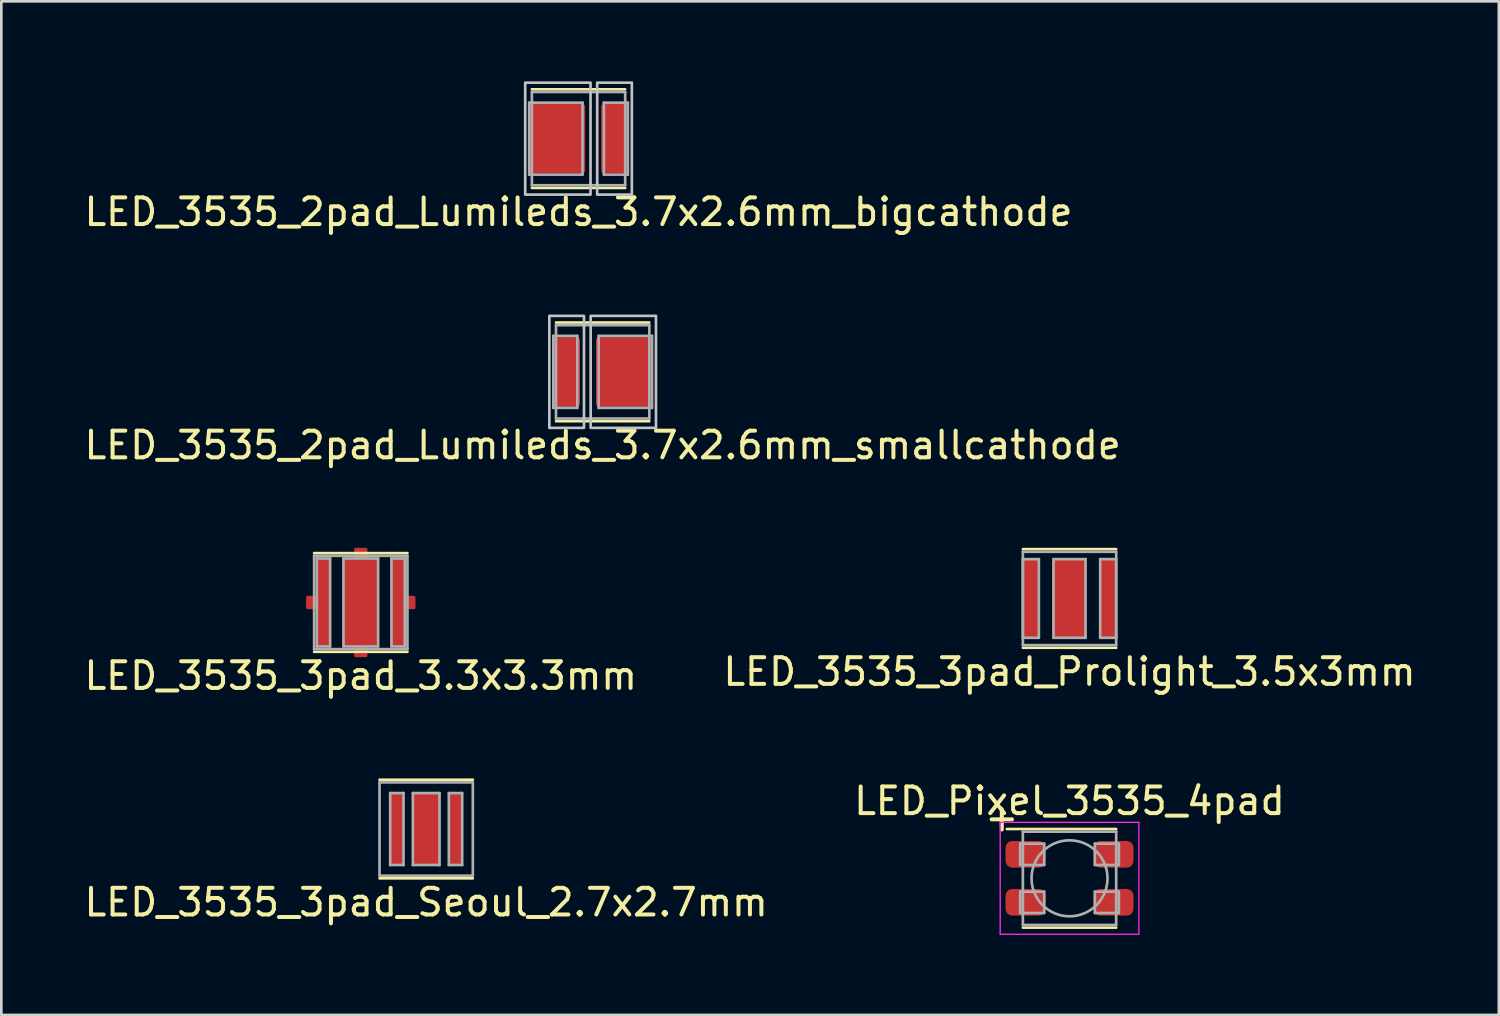
<source format=kicad_pcb>
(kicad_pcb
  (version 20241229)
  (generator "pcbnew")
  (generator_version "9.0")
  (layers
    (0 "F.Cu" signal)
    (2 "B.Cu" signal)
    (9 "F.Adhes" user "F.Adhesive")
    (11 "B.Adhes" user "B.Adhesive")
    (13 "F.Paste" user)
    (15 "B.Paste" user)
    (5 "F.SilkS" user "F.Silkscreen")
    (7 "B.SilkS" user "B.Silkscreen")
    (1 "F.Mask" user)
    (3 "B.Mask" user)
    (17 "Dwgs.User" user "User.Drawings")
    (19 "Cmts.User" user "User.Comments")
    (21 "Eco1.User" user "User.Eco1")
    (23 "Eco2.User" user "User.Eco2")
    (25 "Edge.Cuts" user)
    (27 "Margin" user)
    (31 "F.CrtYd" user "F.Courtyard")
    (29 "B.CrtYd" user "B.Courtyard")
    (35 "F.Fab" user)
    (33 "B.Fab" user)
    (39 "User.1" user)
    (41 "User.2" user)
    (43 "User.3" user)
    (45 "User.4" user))
  (footprint "LED_3535_3pad_Prolight_3.5x3mm"
    (layer "F.Cu")
    (at 37.065 19.396)
    (property "Reference" "LED_3535_3pad_Prolight_3.5x3mm" (at 0 2.75 0) (layer "F.SilkS") (effects (font (size 1 1) (thickness 0.15))))
    (attr smd)
    (fp_line (start -1.75 -1.85) (end 1.75 -1.85) (stroke (width 0.1) (type solid)) (layer "F.SilkS"))
    (fp_line (start -1.75 1.85) (end 1.75 1.85) (stroke (width 0.1) (type solid)) (layer "F.SilkS"))
    (fp_line (start -1.75 -1.75) (end 1.75 -1.75) (stroke (width 0.1) (type solid)) (layer "F.Fab"))
    (fp_line (start -1.75 -1.475) (end -1.75 1.475) (stroke (width 0.1) (type solid)) (layer "F.Fab"))
    (fp_line (start -1.75 -1.475) (end -1.15 -1.475) (stroke (width 0.1) (type solid)) (layer "F.Fab"))
    (fp_line (start -1.75 1.475) (end -1.15 1.475) (stroke (width 0.1) (type solid)) (layer "F.Fab"))
    (fp_line (start -1.75 1.75) (end -1.75 -1.75) (stroke (width 0.1) (type solid)) (layer "F.Fab"))
    (fp_line (start -1.15 -1.475) (end -1.15 1.475) (stroke (width 0.1) (type solid)) (layer "F.Fab"))
    (fp_line (start -0.6 -1.475) (end -0.6 1.475) (stroke (width 0.1) (type solid)) (layer "F.Fab"))
    (fp_line (start -0.6 -1.475) (end 0.6 -1.475) (stroke (width 0.1) (type solid)) (layer "F.Fab"))
    (fp_line (start -0.6 1.475) (end 0.6 1.475) (stroke (width 0.1) (type solid)) (layer "F.Fab"))
    (fp_line (start 0.6 -1.475) (end 0.6 1.475) (stroke (width 0.1) (type solid)) (layer "F.Fab"))
    (fp_line (start 1.15 -1.475) (end 1.15 1.475) (stroke (width 0.1) (type solid)) (layer "F.Fab"))
    (fp_line (start 1.15 -1.475) (end 1.75 -1.475) (stroke (width 0.1) (type solid)) (layer "F.Fab"))
    (fp_line (start 1.15 1.475) (end 1.75 1.475) (stroke (width 0.1) (type solid)) (layer "F.Fab"))
    (fp_line (start 1.75 -1.75) (end 1.75 1.75) (stroke (width 0.1) (type solid)) (layer "F.Fab"))
    (fp_line (start 1.75 -1.475) (end 1.75 1.475) (stroke (width 0.1) (type solid)) (layer "F.Fab"))
    (fp_line (start 1.75 1.75) (end -1.75 1.75) (stroke (width 0.1) (type solid)) (layer "F.Fab"))
    (pad "" smd roundrect (at -1.45 -0.75) (size 0.49 1.39) (layers "F.Paste") (roundrect_rratio 0.204))
    (pad "" smd roundrect (at -1.45 0.75) (size 0.49 1.39) (layers "F.Paste") (roundrect_rratio 0.204))
    (pad "" smd roundrect (at 0 -0.75) (size 1.12 1.32) (layers "F.Paste") (roundrect_rratio 0.089))
    (pad "" smd roundrect (at 0 0.75) (size 1.12 1.32) (layers "F.Paste") (roundrect_rratio 0.089))
    (pad "" smd roundrect (at 1.45 -0.75) (size 0.49 1.39) (layers "F.Paste") (roundrect_rratio 0.204))
    (pad "" smd roundrect (at 1.45 0.75) (size 0.49 1.39) (layers "F.Paste") (roundrect_rratio 0.204))
    (pad "1" smd roundrect (at -1.45 0) (size 0.6 3) (layers "F.Cu" "F.Mask") (roundrect_rratio 0.167))
    (pad "2" smd roundrect (at 1.45 0) (size 0.6 3) (layers "F.Cu" "F.Mask") (roundrect_rratio 0.167))
    (pad "TP" smd roundrect (at 0 0) (size 1.3 3) (layers "F.Cu" "F.Mask") (roundrect_rratio 0.077)))
  (footprint "LED_3535_3pad_3.3x3.3mm"
    (layer "F.Cu")
    (at 10.482 19.547)
    (property "Reference" "LED_3535_3pad_3.3x3.3mm" (at 0 2.75 0) (layer "F.SilkS") (effects (font (size 1 1) (thickness 0.15))))
    (attr smd)
    (fp_line (start -1.75 -1.85) (end 1.75 -1.85) (stroke (width 0.1) (type solid)) (layer "F.SilkS"))
    (fp_line (start -1.75 1.85) (end 1.75 1.85) (stroke (width 0.1) (type solid)) (layer "F.SilkS"))
    (fp_line (start -1.75 -1.75) (end 1.75 -1.75) (stroke (width 0.1) (type solid)) (layer "F.Fab"))
    (fp_line (start -1.75 1.75) (end -1.75 -1.75) (stroke (width 0.1) (type solid)) (layer "F.Fab"))
    (fp_line (start -1.65 -1.65) (end -1.65 1.65) (stroke (width 0.1) (type solid)) (layer "F.Fab"))
    (fp_line (start -1.65 -1.65) (end -1.15 -1.65) (stroke (width 0.1) (type solid)) (layer "F.Fab"))
    (fp_line (start -1.65 1.65) (end -1.15 1.65) (stroke (width 0.1) (type solid)) (layer "F.Fab"))
    (fp_line (start -1.15 -1.65) (end -1.15 1.65) (stroke (width 0.1) (type solid)) (layer "F.Fab"))
    (fp_line (start -0.65 -1.65) (end -0.65 1.65) (stroke (width 0.1) (type solid)) (layer "F.Fab"))
    (fp_line (start -0.65 -1.65) (end 0.65 -1.65) (stroke (width 0.1) (type solid)) (layer "F.Fab"))
    (fp_line (start -0.65 1.65) (end 0.65 1.65) (stroke (width 0.1) (type solid)) (layer "F.Fab"))
    (fp_line (start 0.65 -1.65) (end 0.65 1.65) (stroke (width 0.1) (type solid)) (layer "F.Fab"))
    (fp_line (start 1.15 -1.65) (end 1.15 1.65) (stroke (width 0.1) (type solid)) (layer "F.Fab"))
    (fp_line (start 1.15 -1.65) (end 1.65 -1.65) (stroke (width 0.1) (type solid)) (layer "F.Fab"))
    (fp_line (start 1.15 1.65) (end 1.65 1.65) (stroke (width 0.1) (type solid)) (layer "F.Fab"))
    (fp_line (start 1.65 -1.65) (end 1.65 1.65) (stroke (width 0.1) (type solid)) (layer "F.Fab"))
    (fp_line (start 1.75 -1.75) (end 1.75 1.75) (stroke (width 0.1) (type solid)) (layer "F.Fab"))
    (fp_line (start 1.75 1.75) (end -1.75 1.75) (stroke (width 0.1) (type solid)) (layer "F.Fab"))
    (pad "" smd roundrect (at -1.4 -0.825) (size 0.43 1.525) (layers "F.Paste") (roundrect_rratio 0.233))
    (pad "" smd roundrect (at -1.4 0.825) (size 0.43 1.525) (layers "F.Paste") (roundrect_rratio 0.233))
    (pad "" smd roundrect (at 0 -0.825) (size 1.055 1.405) (layers "F.Paste") (roundrect_rratio 0.095))
    (pad "" smd roundrect (at 0 0.825) (size 1.055 1.405) (layers "F.Paste") (roundrect_rratio 0.095))
    (pad "" smd roundrect (at 1.4 -0.825) (size 0.43 1.525) (layers "F.Paste") (roundrect_rratio 0.233))
    (pad "" smd roundrect (at 1.4 0.825) (size 0.43 1.525) (layers "F.Paste") (roundrect_rratio 0.233))
    (pad "1" smd custom (at -1.4 0) (size 0.5 3.3) (layers "F.Cu" "F.Mask") (options (anchor circle)) (primitives (gr_poly (pts (xy -0.25 -1.55) (xy -0.242 -1.588) (xy -0.221 -1.621) (xy -0.188 -1.642) (xy -0.15 -1.65) (xy 0.15 -1.65) (xy 0.188 -1.642) (xy 0.221 -1.621) (xy 0.242 -1.588) (xy 0.25 -1.55) (xy 0.25 1.55) (xy 0.242 1.588) (xy 0.221 1.621) (xy 0.188 1.642) (xy 0.15 1.65) (xy -0.15 1.65) (xy -0.188 1.642) (xy -0.221 1.621) (xy -0.242 1.588) (xy -0.25 1.55)) (width 0) (fill yes)) (gr_rect (start -0.6 -0.2) (end 0 0.2) (width 0.1) (fill yes))))
    (pad "2" smd custom (at 1.4 0) (size 0.5 3.3) (layers "F.Cu" "F.Mask") (options (anchor circle)) (primitives (gr_poly (pts (xy -0.25 -1.567) (xy -0.244 -1.598) (xy -0.226 -1.626) (xy -0.198 -1.644) (xy -0.167 -1.65) (xy 0.167 -1.65) (xy 0.198 -1.644) (xy 0.226 -1.626) (xy 0.244 -1.598) (xy 0.25 -1.567) (xy 0.25 1.567) (xy 0.244 1.598) (xy 0.226 1.626) (xy 0.198 1.644) (xy 0.167 1.65) (xy -0.167 1.65) (xy -0.198 1.644) (xy -0.226 1.626) (xy -0.244 1.598) (xy -0.25 1.567)) (width 0) (fill yes)) (gr_rect (start 0.05 -0.2) (end 0.6 0.2) (width 0.1) (fill yes))))
    (pad "TP" smd custom (at 0 0) (size 1.3 3.3) (layers "F.Cu" "F.Mask") (options (anchor circle)) (primitives (gr_poly (pts (xy -0.65 -1.55) (xy -0.642 -1.588) (xy -0.621 -1.621) (xy -0.588 -1.642) (xy -0.55 -1.65) (xy 0.55 -1.65) (xy 0.588 -1.642) (xy 0.621 -1.621) (xy 0.642 -1.588) (xy 0.65 -1.55) (xy 0.65 1.55) (xy 0.642 1.588) (xy 0.621 1.621) (xy 0.588 1.642) (xy 0.55 1.65) (xy -0.55 1.65) (xy -0.588 1.642) (xy -0.621 1.621) (xy -0.642 1.588) (xy -0.65 1.55)) (width 0) (fill yes)) (gr_rect (start -0.2 -2) (end 0.2 2) (width 0.1) (fill yes)))))
  (footprint "LED_3535_2pad_Lumileds_3.7x2.6mm_smallcathode"
    (layer "F.Cu")
    (at 19.554 10.898)
    (property "Reference" "LED_3535_2pad_Lumileds_3.7x2.6mm_smallcathode" (at 0 2.75 0) (layer "F.SilkS") (effects (font (size 1 1) (thickness 0.15))))
    (attr smd)
    (fp_line (start -1.75 -1.85) (end 1.75 -1.85) (stroke (width 0.1) (type solid)) (layer "F.SilkS"))
    (fp_line (start -1.75 1.85) (end 1.75 1.85) (stroke (width 0.1) (type solid)) (layer "F.SilkS"))
    (fp_poly (pts (xy -2 -2.1) (xy -0.7 -2.1) (xy -0.7 2.1) (xy -2 2.1)) (stroke (width 0.1) (type solid)) (fill no) (layer "Dwgs.User"))
    (fp_poly (pts (xy 2 2.1) (xy -0.45 2.1) (xy -0.45 -2.1) (xy 2 -2.1)) (stroke (width 0.1) (type solid)) (fill no) (layer "Dwgs.User"))
    (fp_line (start -1.85 -1.35) (end -1.85 1.35) (stroke (width 0.1) (type solid)) (layer "F.Fab"))
    (fp_line (start -1.85 1.35) (end -0.95 1.35) (stroke (width 0.1) (type solid)) (layer "F.Fab"))
    (fp_line (start -1.75 -1.75) (end 1.75 -1.75) (stroke (width 0.1) (type solid)) (layer "F.Fab"))
    (fp_line (start -1.75 1.75) (end -1.75 -1.75) (stroke (width 0.1) (type solid)) (layer "F.Fab"))
    (fp_line (start -0.95 -1.35) (end -1.85 -1.35) (stroke (width 0.1) (type solid)) (layer "F.Fab"))
    (fp_line (start -0.95 1.35) (end -0.95 -1.35) (stroke (width 0.1) (type solid)) (layer "F.Fab"))
    (fp_line (start -0.15 -1.35) (end 1.85 -1.35) (stroke (width 0.1) (type solid)) (layer "F.Fab"))
    (fp_line (start -0.15 1.35) (end -0.15 -1.35) (stroke (width 0.1) (type solid)) (layer "F.Fab"))
    (fp_line (start 1.75 -1.75) (end 1.75 1.75) (stroke (width 0.1) (type solid)) (layer "F.Fab"))
    (fp_line (start 1.75 1.75) (end -1.75 1.75) (stroke (width 0.1) (type solid)) (layer "F.Fab"))
    (fp_line (start 1.85 -1.35) (end 1.85 1.35) (stroke (width 0.1) (type solid)) (layer "F.Fab"))
    (fp_line (start 1.85 1.35) (end -0.15 1.35) (stroke (width 0.1) (type solid)) (layer "F.Fab"))
    (pad "" smd roundrect (at -1.35 0) (size 0.81 2.41) (layers "F.Paste") (roundrect_rratio 0.123))
    (pad "" smd roundrect (at 0.8 -0.65) (size 1.89 1.09) (layers "F.Paste") (roundrect_rratio 0.092))
    (pad "" smd roundrect (at 0.8 0.65) (size 1.89 1.09) (layers "F.Paste") (roundrect_rratio 0.092))
    (pad "1" smd roundrect (at -1.35 0) (size 1 2.6) (layers "F.Cu" "F.Mask") (roundrect_rratio 0.1))
    (pad "2" smd roundrect (at 0.8 0) (size 2.1 2.6) (layers "F.Cu" "F.Mask") (roundrect_rratio 0.048)))
  (footprint "LED_3535_2pad_Lumileds_3.7x2.6mm_bigcathode"
    (layer "F.Cu")
    (at 18.649 2.15)
    (property "Reference" "LED_3535_2pad_Lumileds_3.7x2.6mm_bigcathode" (at 0 2.75 0) (layer "F.SilkS") (effects (font (size 1 1) (thickness 0.15))))
    (attr smd)
    (fp_line (start -1.75 -1.85) (end 1.75 -1.85) (stroke (width 0.1) (type solid)) (layer "F.SilkS"))
    (fp_line (start -1.75 1.85) (end 1.75 1.85) (stroke (width 0.1) (type solid)) (layer "F.SilkS"))
    (fp_poly (pts (xy -2 -2.1) (xy 0.45 -2.1) (xy 0.45 2.1) (xy -2 2.1)) (stroke (width 0.1) (type solid)) (fill no) (layer "Dwgs.User"))
    (fp_poly (pts (xy 2 2.1) (xy 0.7 2.1) (xy 0.7 -2.1) (xy 2 -2.1)) (stroke (width 0.1) (type solid)) (fill no) (layer "Dwgs.User"))
    (fp_line (start -1.85 -1.35) (end 0.15 -1.35) (stroke (width 0.1) (type solid)) (layer "F.Fab"))
    (fp_line (start -1.85 1.35) (end -1.85 -1.35) (stroke (width 0.1) (type solid)) (layer "F.Fab"))
    (fp_line (start -1.75 -1.75) (end 1.75 -1.75) (stroke (width 0.1) (type solid)) (layer "F.Fab"))
    (fp_line (start -1.75 1.75) (end -1.75 -1.75) (stroke (width 0.1) (type solid)) (layer "F.Fab"))
    (fp_line (start 0.15 -1.35) (end 0.15 1.35) (stroke (width 0.1) (type solid)) (layer "F.Fab"))
    (fp_line (start 0.15 1.35) (end -1.85 1.35) (stroke (width 0.1) (type solid)) (layer "F.Fab"))
    (fp_line (start 0.95 -1.35) (end 0.95 1.35) (stroke (width 0.1) (type solid)) (layer "F.Fab"))
    (fp_line (start 0.95 1.35) (end 1.85 1.35) (stroke (width 0.1) (type solid)) (layer "F.Fab"))
    (fp_line (start 1.75 -1.75) (end 1.75 1.75) (stroke (width 0.1) (type solid)) (layer "F.Fab"))
    (fp_line (start 1.75 1.75) (end -1.75 1.75) (stroke (width 0.1) (type solid)) (layer "F.Fab"))
    (fp_line (start 1.85 -1.35) (end 0.95 -1.35) (stroke (width 0.1) (type solid)) (layer "F.Fab"))
    (fp_line (start 1.85 1.35) (end 1.85 -1.35) (stroke (width 0.1) (type solid)) (layer "F.Fab"))
    (pad "" smd roundrect (at -0.8 -0.65) (size 1.89 1.09) (layers "F.Paste") (roundrect_rratio 0.092))
    (pad "" smd roundrect (at -0.8 0.65) (size 1.89 1.09) (layers "F.Paste") (roundrect_rratio 0.092))
    (pad "" smd roundrect (at 1.35 0) (size 0.81 2.41) (layers "F.Paste") (roundrect_rratio 0.123))
    (pad "1" smd roundrect (at -0.8 0) (size 2.1 2.6) (layers "F.Cu" "F.Mask") (roundrect_rratio 0.048))
    (pad "2" smd roundrect (at 1.35 0) (size 1 2.6) (layers "F.Cu" "F.Mask") (roundrect_rratio 0.1)))
  (footprint "LED_3535_3pad_Seoul_2.7x2.7mm"
    (layer "F.Cu")
    (at 12.935 28.045)
    (property "Reference" "LED_3535_3pad_Seoul_2.7x2.7mm" (at 0 2.75 0) (layer "F.SilkS") (effects (font (size 1 1) (thickness 0.15))))
    (attr smd)
    (fp_line (start -1.75 -1.85) (end 1.75 -1.85) (stroke (width 0.1) (type solid)) (layer "F.SilkS"))
    (fp_line (start -1.75 1.85) (end 1.75 1.85) (stroke (width 0.1) (type solid)) (layer "F.SilkS"))
    (fp_line (start -1.75 -1.75) (end 1.75 -1.75) (stroke (width 0.1) (type solid)) (layer "F.Fab"))
    (fp_line (start -1.75 1.75) (end -1.75 -1.75) (stroke (width 0.1) (type solid)) (layer "F.Fab"))
    (fp_line (start -1.35 -1.35) (end -1.35 1.35) (stroke (width 0.1) (type solid)) (layer "F.Fab"))
    (fp_line (start -1.35 -1.35) (end -0.85 -1.35) (stroke (width 0.1) (type solid)) (layer "F.Fab"))
    (fp_line (start -1.35 1.35) (end -0.85 1.35) (stroke (width 0.1) (type solid)) (layer "F.Fab"))
    (fp_line (start -0.85 -1.35) (end -0.85 1.35) (stroke (width 0.1) (type solid)) (layer "F.Fab"))
    (fp_line (start -0.5 -1.35) (end -0.5 1.35) (stroke (width 0.1) (type solid)) (layer "F.Fab"))
    (fp_line (start -0.5 -1.35) (end 0.5 -1.35) (stroke (width 0.1) (type solid)) (layer "F.Fab"))
    (fp_line (start -0.5 1.35) (end 0.5 1.35) (stroke (width 0.1) (type solid)) (layer "F.Fab"))
    (fp_line (start 0.5 -1.35) (end 0.5 1.35) (stroke (width 0.1) (type solid)) (layer "F.Fab"))
    (fp_line (start 0.85 -1.35) (end 0.85 1.35) (stroke (width 0.1) (type solid)) (layer "F.Fab"))
    (fp_line (start 0.85 -1.35) (end 1.35 -1.35) (stroke (width 0.1) (type solid)) (layer "F.Fab"))
    (fp_line (start 0.85 1.35) (end 1.35 1.35) (stroke (width 0.1) (type solid)) (layer "F.Fab"))
    (fp_line (start 1.35 -1.35) (end 1.35 1.35) (stroke (width 0.1) (type solid)) (layer "F.Fab"))
    (fp_line (start 1.75 -1.75) (end 1.75 1.75) (stroke (width 0.1) (type solid)) (layer "F.Fab"))
    (fp_line (start 1.75 1.75) (end -1.75 1.75) (stroke (width 0.1) (type solid)) (layer "F.Fab"))
    (pad "" smd roundrect (at -1.1 -0.675) (size 0.42 1.26) (layers "F.Paste") (roundrect_rratio 0.238))
    (pad "" smd roundrect (at -1.1 0.675) (size 0.42 1.26) (layers "F.Paste") (roundrect_rratio 0.238))
    (pad "" smd roundrect (at 0 -0.675) (size 0.85 1.2) (layers "F.Paste") (roundrect_rratio 0.118))
    (pad "" smd roundrect (at 0 0.675) (size 0.85 1.2) (layers "F.Paste") (roundrect_rratio 0.118))
    (pad "" smd roundrect (at 1.1 -0.675) (size 0.42 1.26) (layers "F.Paste") (roundrect_rratio 0.238))
    (pad "" smd roundrect (at 1.1 0.675) (size 0.42 1.26) (layers "F.Paste") (roundrect_rratio 0.238))
    (pad "1" smd roundrect (at -1.1 0) (size 0.5 2.7) (layers "F.Cu" "F.Mask") (roundrect_rratio 0.2))
    (pad "2" smd roundrect (at 1.1 0) (size 0.5 2.7) (layers "F.Cu" "F.Mask") (roundrect_rratio 0.2))
    (pad "TP" smd roundrect (at 0 0) (size 1 2.7) (layers "F.Cu" "F.Mask") (roundrect_rratio 0.1)))
  (footprint "LED_Pixel_3535_4pad"
    (layer "F.Cu")
    (at 37.065 29.893)
    (property "Reference" "LED_Pixel_3535_4pad" (at 0 -2.9 0) (layer "F.SilkS") (effects (font (size 1 1) (thickness 0.15))))
    (attr smd)
    (fp_line (start -2.35 -1.85) (end 1.75 -1.85) (stroke (width 0.1) (type solid)) (layer "F.SilkS"))
    (fp_line (start -1.75 1.85) (end 1.75 1.85) (stroke (width 0.1) (type solid)) (layer "F.SilkS"))
    (fp_line (start -2.6 -2.1) (end 2.6 -2.1) (stroke (width 0.05) (type solid)) (layer "F.CrtYd"))
    (fp_line (start -2.6 2.1) (end -2.6 -2.1) (stroke (width 0.05) (type solid)) (layer "F.CrtYd"))
    (fp_line (start 2.6 -2.1) (end 2.6 2.1) (stroke (width 0.05) (type solid)) (layer "F.CrtYd"))
    (fp_line (start 2.6 2.1) (end -2.6 2.1) (stroke (width 0.05) (type solid)) (layer "F.CrtYd"))
    (fp_line (start -1.85 -1.3) (end -0.95 -1.3) (stroke (width 0.1) (type solid)) (layer "F.Fab"))
    (fp_line (start -1.85 -0.5) (end -1.85 -1.3) (stroke (width 0.1) (type solid)) (layer "F.Fab"))
    (fp_line (start -1.85 0.5) (end -0.95 0.5) (stroke (width 0.1) (type solid)) (layer "F.Fab"))
    (fp_line (start -1.85 1.3) (end -1.85 0.5) (stroke (width 0.1) (type solid)) (layer "F.Fab"))
    (fp_line (start -1.75 -1.75) (end 1.75 -1.75) (stroke (width 0.1) (type solid)) (layer "F.Fab"))
    (fp_line (start -1.75 1.75) (end -1.75 -1.75) (stroke (width 0.1) (type solid)) (layer "F.Fab"))
    (fp_line (start -0.95 -1.3) (end -0.95 -0.5) (stroke (width 0.1) (type solid)) (layer "F.Fab"))
    (fp_line (start -0.95 -0.5) (end -1.85 -0.5) (stroke (width 0.1) (type solid)) (layer "F.Fab"))
    (fp_line (start -0.95 0.5) (end -0.95 1.3) (stroke (width 0.1) (type solid)) (layer "F.Fab"))
    (fp_line (start -0.95 1.3) (end -1.85 1.3) (stroke (width 0.1) (type solid)) (layer "F.Fab"))
    (fp_line (start 0.95 -1.3) (end 1.85 -1.3) (stroke (width 0.1) (type solid)) (layer "F.Fab"))
    (fp_line (start 0.95 -0.5) (end 0.95 -1.3) (stroke (width 0.1) (type solid)) (layer "F.Fab"))
    (fp_line (start 0.95 0.5) (end 1.85 0.5) (stroke (width 0.1) (type solid)) (layer "F.Fab"))
    (fp_line (start 0.95 1.3) (end 0.95 0.5) (stroke (width 0.1) (type solid)) (layer "F.Fab"))
    (fp_line (start 1.75 -1.75) (end 1.75 1.75) (stroke (width 0.1) (type solid)) (layer "F.Fab"))
    (fp_line (start 1.75 1.75) (end -1.75 1.75) (stroke (width 0.1) (type solid)) (layer "F.Fab"))
    (fp_line (start 1.85 -1.3) (end 1.85 -0.5) (stroke (width 0.1) (type solid)) (layer "F.Fab"))
    (fp_line (start 1.85 -0.5) (end 0.95 -0.5) (stroke (width 0.1) (type solid)) (layer "F.Fab"))
    (fp_line (start 1.85 0.5) (end 1.85 1.3) (stroke (width 0.1) (type solid)) (layer "F.Fab"))
    (fp_line (start 1.85 1.3) (end 0.95 1.3) (stroke (width 0.1) (type solid)) (layer "F.Fab"))
    (fp_circle (center 0 0) (end 1.425 0) (stroke (width 0.1) (type solid)) (fill no) (layer "F.Fab"))
    (fp_text user "+" (at -2.54 -2.286 0) (unlocked yes) (layer "F.SilkS") (effects (font (size 1 1) (thickness 0.15))))
    (pad "1" smd roundrect (at -1.65 -0.9) (size 1.5 1) (layers "F.Cu" "F.Mask" "F.Paste") (roundrect_rratio 0.25))
    (pad "2" smd roundrect (at -1.65 0.9) (size 1.5 1) (layers "F.Cu" "F.Mask" "F.Paste") (roundrect_rratio 0.25))
    (pad "3" smd roundrect (at 1.65 0.9) (size 1.5 1) (layers "F.Cu" "F.Mask" "F.Paste") (roundrect_rratio 0.25))
    (pad "4" smd roundrect (at 1.65 -0.9) (size 1.5 1) (layers "F.Cu" "F.Mask" "F.Paste") (roundrect_rratio 0.25)))
  (gr_rect
    (start -3 -3)
    (end 53.167 35.018)
    (stroke (width 0.1) (type default))
    (fill no)
    (layer "Edge.Cuts")))
</source>
